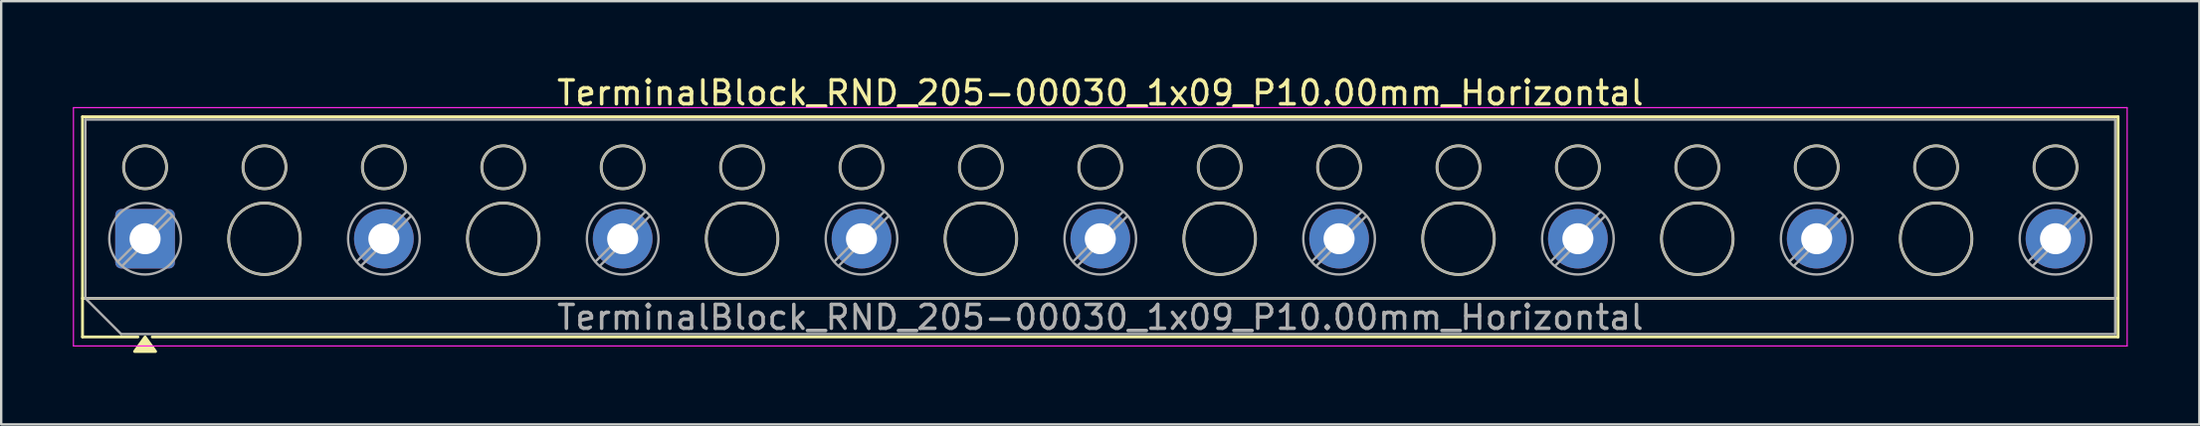
<source format=kicad_pcb>
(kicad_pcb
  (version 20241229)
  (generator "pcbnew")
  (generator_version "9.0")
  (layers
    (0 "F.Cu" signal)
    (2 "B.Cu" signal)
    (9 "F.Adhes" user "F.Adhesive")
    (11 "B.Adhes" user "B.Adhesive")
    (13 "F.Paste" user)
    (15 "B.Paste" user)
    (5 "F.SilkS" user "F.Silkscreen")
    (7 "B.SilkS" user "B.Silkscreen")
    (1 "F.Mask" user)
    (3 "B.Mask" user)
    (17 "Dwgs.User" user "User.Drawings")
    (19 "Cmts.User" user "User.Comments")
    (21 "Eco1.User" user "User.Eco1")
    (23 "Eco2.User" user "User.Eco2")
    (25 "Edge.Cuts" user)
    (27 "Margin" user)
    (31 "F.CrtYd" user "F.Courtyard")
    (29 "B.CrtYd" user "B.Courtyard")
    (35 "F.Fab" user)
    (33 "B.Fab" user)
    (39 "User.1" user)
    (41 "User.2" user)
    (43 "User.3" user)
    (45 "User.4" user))
  (footprint "TerminalBlock_RND_205-00030_1x09_P10.00mm_Horizontal"
    (layer "F.Cu")
    (at 3.025 6.968)
    (property "Reference" "TerminalBlock_RND_205-00030_1x09_P10.00mm_Horizontal" (at 40 -6.12 0) (layer "F.SilkS") (effects (font (size 1 1) (thickness 0.15))))
    (attr through_hole)
    (fp_line (start -2.62 -5.12) (end 82.62 -5.12) (stroke (width 0.12) (type solid)) (layer "F.SilkS"))
    (fp_line (start -2.62 2.5) (end 82.62 2.5) (stroke (width 0.12) (type solid)) (layer "F.SilkS"))
    (fp_line (start -2.62 4.12) (end -2.62 -5.12) (stroke (width 0.12) (type solid)) (layer "F.SilkS"))
    (fp_line (start -0.3 4.12) (end -2.62 4.12) (stroke (width 0.12) (type solid)) (layer "F.SilkS"))
    (fp_line (start 82.62 -5.12) (end 82.62 4.12) (stroke (width 0.12) (type solid)) (layer "F.SilkS"))
    (fp_line (start 82.62 4.12) (end 0.3 4.12) (stroke (width 0.12) (type solid)) (layer "F.SilkS"))
    (fp_circle (center 0 -3) (end 0.9 -3) (stroke (width 0.12) (type solid)) (fill no) (layer "F.SilkS"))
    (fp_circle (center 5 -3) (end 5.9 -3) (stroke (width 0.12) (type solid)) (fill no) (layer "F.SilkS"))
    (fp_circle (center 5 0) (end 6.5 0) (stroke (width 0.12) (type solid)) (fill no) (layer "F.SilkS"))
    (fp_circle (center 10 -3) (end 10.9 -3) (stroke (width 0.12) (type solid)) (fill no) (layer "F.SilkS"))
    (fp_circle (center 15 -3) (end 15.9 -3) (stroke (width 0.12) (type solid)) (fill no) (layer "F.SilkS"))
    (fp_circle (center 15 0) (end 16.5 0) (stroke (width 0.12) (type solid)) (fill no) (layer "F.SilkS"))
    (fp_circle (center 20 -3) (end 20.9 -3) (stroke (width 0.12) (type solid)) (fill no) (layer "F.SilkS"))
    (fp_circle (center 25 -3) (end 25.9 -3) (stroke (width 0.12) (type solid)) (fill no) (layer "F.SilkS"))
    (fp_circle (center 25 0) (end 26.5 0) (stroke (width 0.12) (type solid)) (fill no) (layer "F.SilkS"))
    (fp_circle (center 30 -3) (end 30.9 -3) (stroke (width 0.12) (type solid)) (fill no) (layer "F.SilkS"))
    (fp_circle (center 35 -3) (end 35.9 -3) (stroke (width 0.12) (type solid)) (fill no) (layer "F.SilkS"))
    (fp_circle (center 35 0) (end 36.5 0) (stroke (width 0.12) (type solid)) (fill no) (layer "F.SilkS"))
    (fp_circle (center 40 -3) (end 40.9 -3) (stroke (width 0.12) (type solid)) (fill no) (layer "F.SilkS"))
    (fp_circle (center 45 -3) (end 45.9 -3) (stroke (width 0.12) (type solid)) (fill no) (layer "F.SilkS"))
    (fp_circle (center 45 0) (end 46.5 0) (stroke (width 0.12) (type solid)) (fill no) (layer "F.SilkS"))
    (fp_circle (center 50 -3) (end 50.9 -3) (stroke (width 0.12) (type solid)) (fill no) (layer "F.SilkS"))
    (fp_circle (center 55 -3) (end 55.9 -3) (stroke (width 0.12) (type solid)) (fill no) (layer "F.SilkS"))
    (fp_circle (center 55 0) (end 56.5 0) (stroke (width 0.12) (type solid)) (fill no) (layer "F.SilkS"))
    (fp_circle (center 60 -3) (end 60.9 -3) (stroke (width 0.12) (type solid)) (fill no) (layer "F.SilkS"))
    (fp_circle (center 65 -3) (end 65.9 -3) (stroke (width 0.12) (type solid)) (fill no) (layer "F.SilkS"))
    (fp_circle (center 65 0) (end 66.5 0) (stroke (width 0.12) (type solid)) (fill no) (layer "F.SilkS"))
    (fp_circle (center 70 -3) (end 70.9 -3) (stroke (width 0.12) (type solid)) (fill no) (layer "F.SilkS"))
    (fp_circle (center 75 -3) (end 75.9 -3) (stroke (width 0.12) (type solid)) (fill no) (layer "F.SilkS"))
    (fp_circle (center 75 0) (end 76.5 0) (stroke (width 0.12) (type solid)) (fill no) (layer "F.SilkS"))
    (fp_circle (center 80 -3) (end 80.9 -3) (stroke (width 0.12) (type solid)) (fill no) (layer "F.SilkS"))
    (fp_poly (pts (xy 0 4.12) (xy 0.44 4.73) (xy -0.44 4.73)) (stroke (width 0.12) (type solid)) (fill yes) (layer "F.SilkS"))
    (fp_line (start -3 -5.5) (end -3 4.5) (stroke (width 0.05) (type solid)) (layer "F.CrtYd"))
    (fp_line (start -3 4.5) (end 83 4.5) (stroke (width 0.05) (type solid)) (layer "F.CrtYd"))
    (fp_line (start 83 -5.5) (end -3 -5.5) (stroke (width 0.05) (type solid)) (layer "F.CrtYd"))
    (fp_line (start 83 4.5) (end 83 -5.5) (stroke (width 0.05) (type solid)) (layer "F.CrtYd"))
    (fp_line (start -2.5 -5) (end 82.5 -5) (stroke (width 0.1) (type solid)) (layer "F.Fab"))
    (fp_line (start -2.5 2.5) (end -2.5 -5) (stroke (width 0.1) (type solid)) (layer "F.Fab"))
    (fp_line (start -2.5 2.5) (end 82.5 2.5) (stroke (width 0.1) (type solid)) (layer "F.Fab"))
    (fp_line (start -1 4) (end -2.5 2.5) (stroke (width 0.1) (type solid)) (layer "F.Fab"))
    (fp_line (start 0.955 -1.138) (end -1.138 0.955) (stroke (width 0.1) (type solid)) (layer "F.Fab"))
    (fp_line (start 1.138 -0.955) (end -0.955 1.138) (stroke (width 0.1) (type solid)) (layer "F.Fab"))
    (fp_line (start 10.955 -1.138) (end 8.862 0.955) (stroke (width 0.1) (type solid)) (layer "F.Fab"))
    (fp_line (start 11.138 -0.955) (end 9.045 1.138) (stroke (width 0.1) (type solid)) (layer "F.Fab"))
    (fp_line (start 20.955 -1.138) (end 18.862 0.955) (stroke (width 0.1) (type solid)) (layer "F.Fab"))
    (fp_line (start 21.138 -0.955) (end 19.045 1.138) (stroke (width 0.1) (type solid)) (layer "F.Fab"))
    (fp_line (start 30.955 -1.138) (end 28.862 0.955) (stroke (width 0.1) (type solid)) (layer "F.Fab"))
    (fp_line (start 31.138 -0.955) (end 29.045 1.138) (stroke (width 0.1) (type solid)) (layer "F.Fab"))
    (fp_line (start 40.955 -1.138) (end 38.862 0.955) (stroke (width 0.1) (type solid)) (layer "F.Fab"))
    (fp_line (start 41.138 -0.955) (end 39.045 1.138) (stroke (width 0.1) (type solid)) (layer "F.Fab"))
    (fp_line (start 50.955 -1.138) (end 48.862 0.955) (stroke (width 0.1) (type solid)) (layer "F.Fab"))
    (fp_line (start 51.138 -0.955) (end 49.045 1.138) (stroke (width 0.1) (type solid)) (layer "F.Fab"))
    (fp_line (start 60.955 -1.138) (end 58.862 0.955) (stroke (width 0.1) (type solid)) (layer "F.Fab"))
    (fp_line (start 61.138 -0.955) (end 59.045 1.138) (stroke (width 0.1) (type solid)) (layer "F.Fab"))
    (fp_line (start 70.955 -1.138) (end 68.862 0.955) (stroke (width 0.1) (type solid)) (layer "F.Fab"))
    (fp_line (start 71.138 -0.955) (end 69.045 1.138) (stroke (width 0.1) (type solid)) (layer "F.Fab"))
    (fp_line (start 80.955 -1.138) (end 78.862 0.955) (stroke (width 0.1) (type solid)) (layer "F.Fab"))
    (fp_line (start 81.138 -0.955) (end 79.045 1.138) (stroke (width 0.1) (type solid)) (layer "F.Fab"))
    (fp_line (start 82.5 -5) (end 82.5 4) (stroke (width 0.1) (type solid)) (layer "F.Fab"))
    (fp_line (start 82.5 4) (end -1 4) (stroke (width 0.1) (type solid)) (layer "F.Fab"))
    (fp_circle (center 0 -3) (end 0.9 -3) (stroke (width 0.1) (type solid)) (fill no) (layer "F.Fab"))
    (fp_circle (center 0 0) (end 1.5 0) (stroke (width 0.1) (type solid)) (fill no) (layer "F.Fab"))
    (fp_circle (center 5 -3) (end 5.9 -3) (stroke (width 0.1) (type solid)) (fill no) (layer "F.Fab"))
    (fp_circle (center 5 0) (end 6.5 0) (stroke (width 0.1) (type solid)) (fill no) (layer "F.Fab"))
    (fp_circle (center 10 -3) (end 10.9 -3) (stroke (width 0.1) (type solid)) (fill no) (layer "F.Fab"))
    (fp_circle (center 10 0) (end 11.5 0) (stroke (width 0.1) (type solid)) (fill no) (layer "F.Fab"))
    (fp_circle (center 15 -3) (end 15.9 -3) (stroke (width 0.1) (type solid)) (fill no) (layer "F.Fab"))
    (fp_circle (center 15 0) (end 16.5 0) (stroke (width 0.1) (type solid)) (fill no) (layer "F.Fab"))
    (fp_circle (center 20 -3) (end 20.9 -3) (stroke (width 0.1) (type solid)) (fill no) (layer "F.Fab"))
    (fp_circle (center 20 0) (end 21.5 0) (stroke (width 0.1) (type solid)) (fill no) (layer "F.Fab"))
    (fp_circle (center 25 -3) (end 25.9 -3) (stroke (width 0.1) (type solid)) (fill no) (layer "F.Fab"))
    (fp_circle (center 25 0) (end 26.5 0) (stroke (width 0.1) (type solid)) (fill no) (layer "F.Fab"))
    (fp_circle (center 30 -3) (end 30.9 -3) (stroke (width 0.1) (type solid)) (fill no) (layer "F.Fab"))
    (fp_circle (center 30 0) (end 31.5 0) (stroke (width 0.1) (type solid)) (fill no) (layer "F.Fab"))
    (fp_circle (center 35 -3) (end 35.9 -3) (stroke (width 0.1) (type solid)) (fill no) (layer "F.Fab"))
    (fp_circle (center 35 0) (end 36.5 0) (stroke (width 0.1) (type solid)) (fill no) (layer "F.Fab"))
    (fp_circle (center 40 -3) (end 40.9 -3) (stroke (width 0.1) (type solid)) (fill no) (layer "F.Fab"))
    (fp_circle (center 40 0) (end 41.5 0) (stroke (width 0.1) (type solid)) (fill no) (layer "F.Fab"))
    (fp_circle (center 45 -3) (end 45.9 -3) (stroke (width 0.1) (type solid)) (fill no) (layer "F.Fab"))
    (fp_circle (center 45 0) (end 46.5 0) (stroke (width 0.1) (type solid)) (fill no) (layer "F.Fab"))
    (fp_circle (center 50 -3) (end 50.9 -3) (stroke (width 0.1) (type solid)) (fill no) (layer "F.Fab"))
    (fp_circle (center 50 0) (end 51.5 0) (stroke (width 0.1) (type solid)) (fill no) (layer "F.Fab"))
    (fp_circle (center 55 -3) (end 55.9 -3) (stroke (width 0.1) (type solid)) (fill no) (layer "F.Fab"))
    (fp_circle (center 55 0) (end 56.5 0) (stroke (width 0.1) (type solid)) (fill no) (layer "F.Fab"))
    (fp_circle (center 60 -3) (end 60.9 -3) (stroke (width 0.1) (type solid)) (fill no) (layer "F.Fab"))
    (fp_circle (center 60 0) (end 61.5 0) (stroke (width 0.1) (type solid)) (fill no) (layer "F.Fab"))
    (fp_circle (center 65 -3) (end 65.9 -3) (stroke (width 0.1) (type solid)) (fill no) (layer "F.Fab"))
    (fp_circle (center 65 0) (end 66.5 0) (stroke (width 0.1) (type solid)) (fill no) (layer "F.Fab"))
    (fp_circle (center 70 -3) (end 70.9 -3) (stroke (width 0.1) (type solid)) (fill no) (layer "F.Fab"))
    (fp_circle (center 70 0) (end 71.5 0) (stroke (width 0.1) (type solid)) (fill no) (layer "F.Fab"))
    (fp_circle (center 75 -3) (end 75.9 -3) (stroke (width 0.1) (type solid)) (fill no) (layer "F.Fab"))
    (fp_circle (center 75 0) (end 76.5 0) (stroke (width 0.1) (type solid)) (fill no) (layer "F.Fab"))
    (fp_circle (center 80 -3) (end 80.9 -3) (stroke (width 0.1) (type solid)) (fill no) (layer "F.Fab"))
    (fp_circle (center 80 0) (end 81.5 0) (stroke (width 0.1) (type solid)) (fill no) (layer "F.Fab"))
    (fp_text user "${REFERENCE}" (at 40 3.3 0) (layer "F.Fab") (effects (font (size 1 1) (thickness 0.15))))
    (pad "1" thru_hole roundrect (at 0 0) (size 2.5 2.5) (drill 1.3) (layers "*.Cu" "*.Mask") (roundrect_rratio 0.1))
    (pad "2" thru_hole circle (at 10 0) (size 2.5 2.5) (drill 1.3) (layers "*.Cu" "*.Mask"))
    (pad "3" thru_hole circle (at 20 0) (size 2.5 2.5) (drill 1.3) (layers "*.Cu" "*.Mask"))
    (pad "4" thru_hole circle (at 30 0) (size 2.5 2.5) (drill 1.3) (layers "*.Cu" "*.Mask"))
    (pad "5" thru_hole circle (at 40 0) (size 2.5 2.5) (drill 1.3) (layers "*.Cu" "*.Mask"))
    (pad "6" thru_hole circle (at 50 0) (size 2.5 2.5) (drill 1.3) (layers "*.Cu" "*.Mask"))
    (pad "7" thru_hole circle (at 60 0) (size 2.5 2.5) (drill 1.3) (layers "*.Cu" "*.Mask"))
    (pad "8" thru_hole circle (at 70 0) (size 2.5 2.5) (drill 1.3) (layers "*.Cu" "*.Mask"))
    (pad "9" thru_hole circle (at 80 0) (size 2.5 2.5) (drill 1.3) (layers "*.Cu" "*.Mask")))
  (gr_rect
    (start -3 -3)
    (end 89.05 14.758)
    (stroke (width 0.1) (type default))
    (fill no)
    (layer "Edge.Cuts")))
</source>
